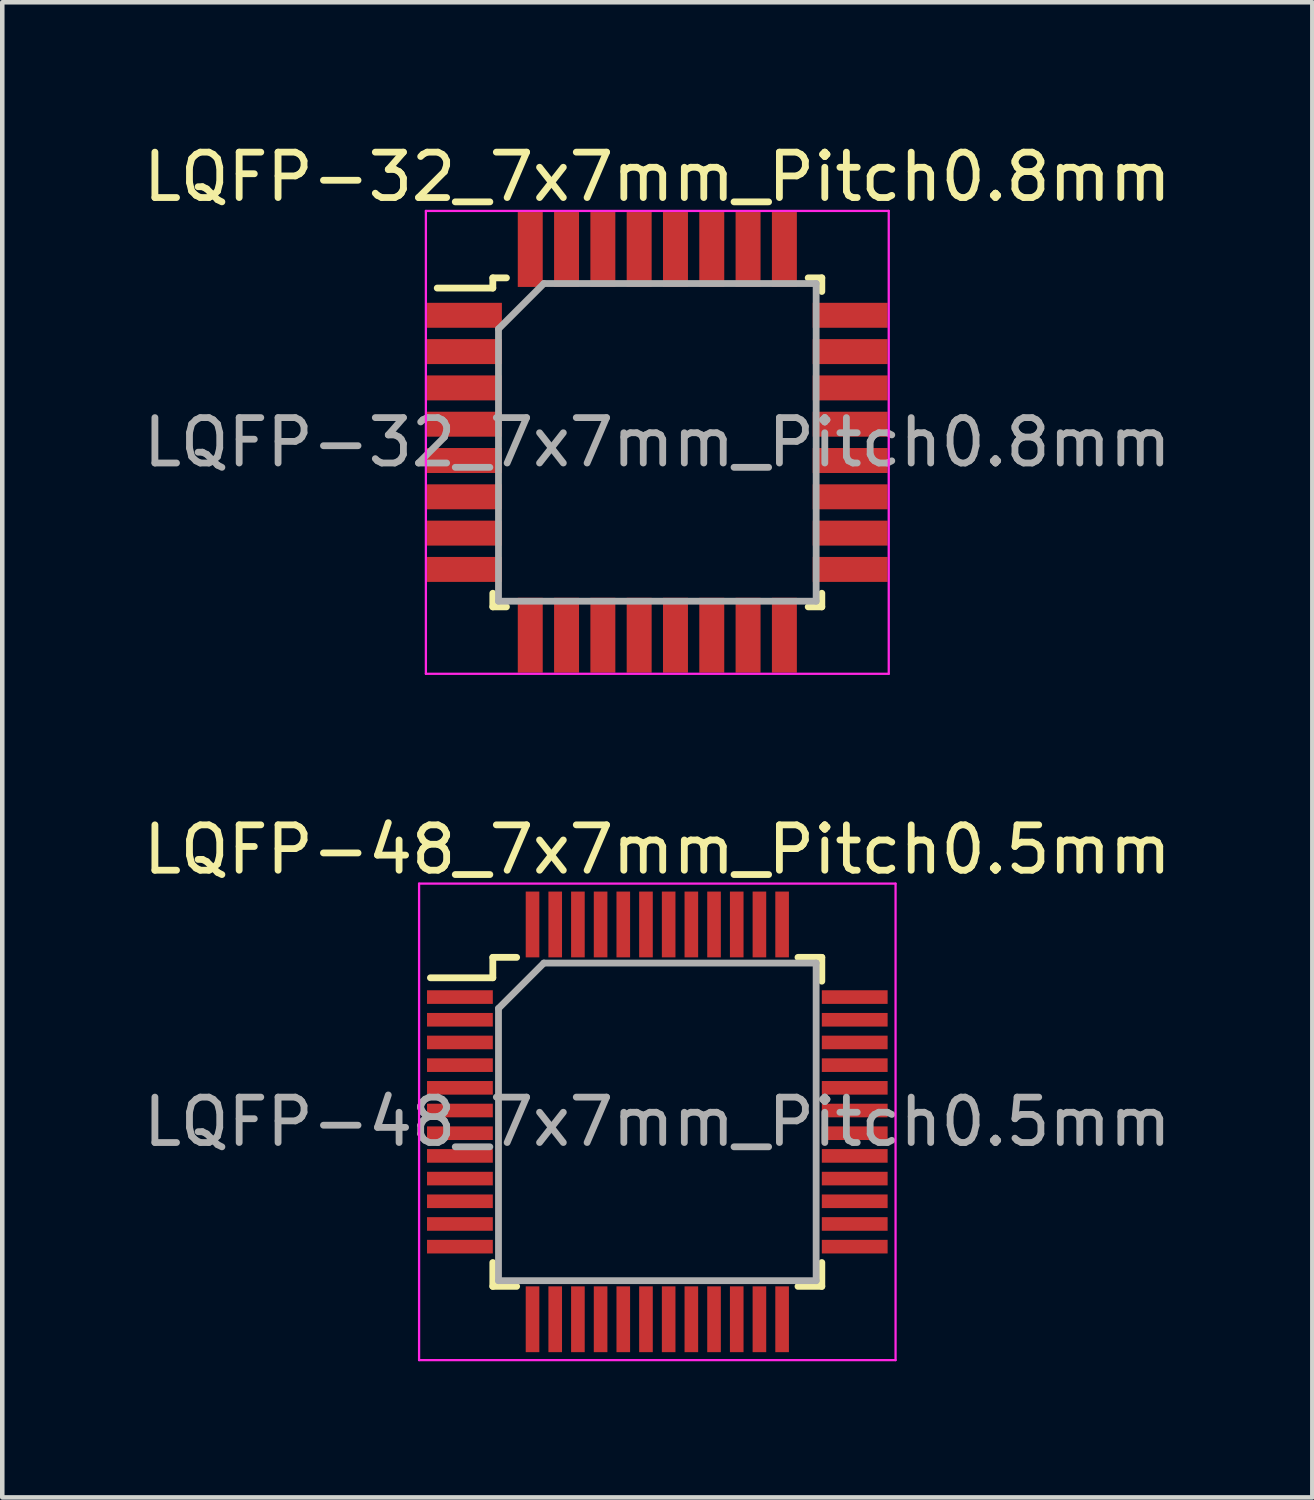
<source format=kicad_pcb>
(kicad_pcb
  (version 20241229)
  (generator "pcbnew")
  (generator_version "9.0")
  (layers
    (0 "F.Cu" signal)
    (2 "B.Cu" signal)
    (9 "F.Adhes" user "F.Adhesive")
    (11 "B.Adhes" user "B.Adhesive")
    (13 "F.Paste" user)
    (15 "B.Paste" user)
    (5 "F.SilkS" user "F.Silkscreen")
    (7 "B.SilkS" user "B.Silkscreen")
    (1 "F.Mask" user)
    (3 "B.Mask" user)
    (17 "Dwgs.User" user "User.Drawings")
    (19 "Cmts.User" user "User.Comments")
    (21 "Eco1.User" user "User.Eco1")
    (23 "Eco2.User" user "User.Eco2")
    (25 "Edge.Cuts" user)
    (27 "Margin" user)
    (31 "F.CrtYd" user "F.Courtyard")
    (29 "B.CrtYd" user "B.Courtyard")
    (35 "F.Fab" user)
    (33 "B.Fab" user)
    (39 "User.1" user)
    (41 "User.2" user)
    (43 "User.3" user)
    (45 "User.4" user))
  (footprint "LQFP-48_7x7mm_Pitch0.5mm"
    (layer "F.Cu")
    (at 11.435 21.672)
    (property "Reference" "LQFP-48_7x7mm_Pitch0.5mm" (at 0 -6 0) (layer "F.SilkS") (effects (font (size 1 1) (thickness 0.15))))
    (attr smd)
    (fp_line (start -3.625 -3.625) (end -3.625 -3.175) (stroke (width 0.15) (type solid)) (layer "F.SilkS"))
    (fp_line (start -3.625 -3.625) (end -3.1 -3.625) (stroke (width 0.15) (type solid)) (layer "F.SilkS"))
    (fp_line (start -3.625 -3.175) (end -5 -3.175) (stroke (width 0.15) (type solid)) (layer "F.SilkS"))
    (fp_line (start -3.625 3.625) (end -3.625 3.1) (stroke (width 0.15) (type solid)) (layer "F.SilkS"))
    (fp_line (start -3.625 3.625) (end -3.1 3.625) (stroke (width 0.15) (type solid)) (layer "F.SilkS"))
    (fp_line (start 3.625 -3.625) (end 3.1 -3.625) (stroke (width 0.15) (type solid)) (layer "F.SilkS"))
    (fp_line (start 3.625 -3.625) (end 3.625 -3.1) (stroke (width 0.15) (type solid)) (layer "F.SilkS"))
    (fp_line (start 3.625 3.625) (end 3.1 3.625) (stroke (width 0.15) (type solid)) (layer "F.SilkS"))
    (fp_line (start 3.625 3.625) (end 3.625 3.1) (stroke (width 0.15) (type solid)) (layer "F.SilkS"))
    (fp_line (start -5.25 -5.25) (end -5.25 5.25) (stroke (width 0.05) (type solid)) (layer "F.CrtYd"))
    (fp_line (start -5.25 -5.25) (end 5.25 -5.25) (stroke (width 0.05) (type solid)) (layer "F.CrtYd"))
    (fp_line (start -5.25 5.25) (end 5.25 5.25) (stroke (width 0.05) (type solid)) (layer "F.CrtYd"))
    (fp_line (start 5.25 -5.25) (end 5.25 5.25) (stroke (width 0.05) (type solid)) (layer "F.CrtYd"))
    (fp_line (start -3.5 -2.5) (end -2.5 -3.5) (stroke (width 0.15) (type solid)) (layer "F.Fab"))
    (fp_line (start -3.5 3.5) (end -3.5 -2.5) (stroke (width 0.15) (type solid)) (layer "F.Fab"))
    (fp_line (start -2.5 -3.5) (end 3.5 -3.5) (stroke (width 0.15) (type solid)) (layer "F.Fab"))
    (fp_line (start 3.5 -3.5) (end 3.5 3.5) (stroke (width 0.15) (type solid)) (layer "F.Fab"))
    (fp_line (start 3.5 3.5) (end -3.5 3.5) (stroke (width 0.15) (type solid)) (layer "F.Fab"))
    (fp_text user "${REFERENCE}" (at 0 0 0) (layer "F.Fab") (effects (font (size 1 1) (thickness 0.15))))
    (pad "1" smd rect (at -4.35 -2.75) (size 1.45 0.3) (layers "F.Cu" "F.Mask" "F.Paste"))
    (pad "2" smd rect (at -4.35 -2.25) (size 1.45 0.3) (layers "F.Cu" "F.Mask" "F.Paste"))
    (pad "3" smd rect (at -4.35 -1.75) (size 1.45 0.3) (layers "F.Cu" "F.Mask" "F.Paste"))
    (pad "4" smd rect (at -4.35 -1.25) (size 1.45 0.3) (layers "F.Cu" "F.Mask" "F.Paste"))
    (pad "5" smd rect (at -4.35 -0.75) (size 1.45 0.3) (layers "F.Cu" "F.Mask" "F.Paste"))
    (pad "6" smd rect (at -4.35 -0.25) (size 1.45 0.3) (layers "F.Cu" "F.Mask" "F.Paste"))
    (pad "7" smd rect (at -4.35 0.25) (size 1.45 0.3) (layers "F.Cu" "F.Mask" "F.Paste"))
    (pad "8" smd rect (at -4.35 0.75) (size 1.45 0.3) (layers "F.Cu" "F.Mask" "F.Paste"))
    (pad "9" smd rect (at -4.35 1.25) (size 1.45 0.3) (layers "F.Cu" "F.Mask" "F.Paste"))
    (pad "10" smd rect (at -4.35 1.75) (size 1.45 0.3) (layers "F.Cu" "F.Mask" "F.Paste"))
    (pad "11" smd rect (at -4.35 2.25) (size 1.45 0.3) (layers "F.Cu" "F.Mask" "F.Paste"))
    (pad "12" smd rect (at -4.35 2.75) (size 1.45 0.3) (layers "F.Cu" "F.Mask" "F.Paste"))
    (pad "13" smd rect (at -2.75 4.35 90) (size 1.45 0.3) (layers "F.Cu" "F.Mask" "F.Paste"))
    (pad "14" smd rect (at -2.25 4.35 90) (size 1.45 0.3) (layers "F.Cu" "F.Mask" "F.Paste"))
    (pad "15" smd rect (at -1.75 4.35 90) (size 1.45 0.3) (layers "F.Cu" "F.Mask" "F.Paste"))
    (pad "16" smd rect (at -1.25 4.35 90) (size 1.45 0.3) (layers "F.Cu" "F.Mask" "F.Paste"))
    (pad "17" smd rect (at -0.75 4.35 90) (size 1.45 0.3) (layers "F.Cu" "F.Mask" "F.Paste"))
    (pad "18" smd rect (at -0.25 4.35 90) (size 1.45 0.3) (layers "F.Cu" "F.Mask" "F.Paste"))
    (pad "19" smd rect (at 0.25 4.35 90) (size 1.45 0.3) (layers "F.Cu" "F.Mask" "F.Paste"))
    (pad "20" smd rect (at 0.75 4.35 90) (size 1.45 0.3) (layers "F.Cu" "F.Mask" "F.Paste"))
    (pad "21" smd rect (at 1.25 4.35 90) (size 1.45 0.3) (layers "F.Cu" "F.Mask" "F.Paste"))
    (pad "22" smd rect (at 1.75 4.35 90) (size 1.45 0.3) (layers "F.Cu" "F.Mask" "F.Paste"))
    (pad "23" smd rect (at 2.25 4.35 90) (size 1.45 0.3) (layers "F.Cu" "F.Mask" "F.Paste"))
    (pad "24" smd rect (at 2.75 4.35 90) (size 1.45 0.3) (layers "F.Cu" "F.Mask" "F.Paste"))
    (pad "25" smd rect (at 4.35 2.75) (size 1.45 0.3) (layers "F.Cu" "F.Mask" "F.Paste"))
    (pad "26" smd rect (at 4.35 2.25) (size 1.45 0.3) (layers "F.Cu" "F.Mask" "F.Paste"))
    (pad "27" smd rect (at 4.35 1.75) (size 1.45 0.3) (layers "F.Cu" "F.Mask" "F.Paste"))
    (pad "28" smd rect (at 4.35 1.25) (size 1.45 0.3) (layers "F.Cu" "F.Mask" "F.Paste"))
    (pad "29" smd rect (at 4.35 0.75) (size 1.45 0.3) (layers "F.Cu" "F.Mask" "F.Paste"))
    (pad "30" smd rect (at 4.35 0.25) (size 1.45 0.3) (layers "F.Cu" "F.Mask" "F.Paste"))
    (pad "31" smd rect (at 4.35 -0.25) (size 1.45 0.3) (layers "F.Cu" "F.Mask" "F.Paste"))
    (pad "32" smd rect (at 4.35 -0.75) (size 1.45 0.3) (layers "F.Cu" "F.Mask" "F.Paste"))
    (pad "33" smd rect (at 4.35 -1.25) (size 1.45 0.3) (layers "F.Cu" "F.Mask" "F.Paste"))
    (pad "34" smd rect (at 4.35 -1.75) (size 1.45 0.3) (layers "F.Cu" "F.Mask" "F.Paste"))
    (pad "35" smd rect (at 4.35 -2.25) (size 1.45 0.3) (layers "F.Cu" "F.Mask" "F.Paste"))
    (pad "36" smd rect (at 4.35 -2.75) (size 1.45 0.3) (layers "F.Cu" "F.Mask" "F.Paste"))
    (pad "37" smd rect (at 2.75 -4.35 90) (size 1.45 0.3) (layers "F.Cu" "F.Mask" "F.Paste"))
    (pad "38" smd rect (at 2.25 -4.35 90) (size 1.45 0.3) (layers "F.Cu" "F.Mask" "F.Paste"))
    (pad "39" smd rect (at 1.75 -4.35 90) (size 1.45 0.3) (layers "F.Cu" "F.Mask" "F.Paste"))
    (pad "40" smd rect (at 1.25 -4.35 90) (size 1.45 0.3) (layers "F.Cu" "F.Mask" "F.Paste"))
    (pad "41" smd rect (at 0.75 -4.35 90) (size 1.45 0.3) (layers "F.Cu" "F.Mask" "F.Paste"))
    (pad "42" smd rect (at 0.25 -4.35 90) (size 1.45 0.3) (layers "F.Cu" "F.Mask" "F.Paste"))
    (pad "43" smd rect (at -0.25 -4.35 90) (size 1.45 0.3) (layers "F.Cu" "F.Mask" "F.Paste"))
    (pad "44" smd rect (at -0.75 -4.35 90) (size 1.45 0.3) (layers "F.Cu" "F.Mask" "F.Paste"))
    (pad "45" smd rect (at -1.25 -4.35 90) (size 1.45 0.3) (layers "F.Cu" "F.Mask" "F.Paste"))
    (pad "46" smd rect (at -1.75 -4.35 90) (size 1.45 0.3) (layers "F.Cu" "F.Mask" "F.Paste"))
    (pad "47" smd rect (at -2.25 -4.35 90) (size 1.45 0.3) (layers "F.Cu" "F.Mask" "F.Paste"))
    (pad "48" smd rect (at -2.75 -4.35 90) (size 1.45 0.3) (layers "F.Cu" "F.Mask" "F.Paste")))
  (footprint "LQFP-32_7x7mm_Pitch0.8mm"
    (layer "F.Cu")
    (at 11.435 6.698)
    (property "Reference" "LQFP-32_7x7mm_Pitch0.8mm" (at 0 -5.85 0) (layer "F.SilkS") (effects (font (size 1 1) (thickness 0.15))))
    (attr smd)
    (fp_line (start -3.625 -3.625) (end -3.625 -3.4) (stroke (width 0.15) (type solid)) (layer "F.SilkS"))
    (fp_line (start -3.625 -3.625) (end -3.325 -3.625) (stroke (width 0.15) (type solid)) (layer "F.SilkS"))
    (fp_line (start -3.625 -3.4) (end -4.85 -3.4) (stroke (width 0.15) (type solid)) (layer "F.SilkS"))
    (fp_line (start -3.625 3.625) (end -3.625 3.325) (stroke (width 0.15) (type solid)) (layer "F.SilkS"))
    (fp_line (start -3.625 3.625) (end -3.325 3.625) (stroke (width 0.15) (type solid)) (layer "F.SilkS"))
    (fp_line (start 3.625 -3.625) (end 3.325 -3.625) (stroke (width 0.15) (type solid)) (layer "F.SilkS"))
    (fp_line (start 3.625 -3.625) (end 3.625 -3.325) (stroke (width 0.15) (type solid)) (layer "F.SilkS"))
    (fp_line (start 3.625 3.625) (end 3.325 3.625) (stroke (width 0.15) (type solid)) (layer "F.SilkS"))
    (fp_line (start 3.625 3.625) (end 3.625 3.325) (stroke (width 0.15) (type solid)) (layer "F.SilkS"))
    (fp_line (start -5.1 -5.1) (end -5.1 5.1) (stroke (width 0.05) (type solid)) (layer "F.CrtYd"))
    (fp_line (start -5.1 -5.1) (end 5.1 -5.1) (stroke (width 0.05) (type solid)) (layer "F.CrtYd"))
    (fp_line (start -5.1 5.1) (end 5.1 5.1) (stroke (width 0.05) (type solid)) (layer "F.CrtYd"))
    (fp_line (start 5.1 -5.1) (end 5.1 5.1) (stroke (width 0.05) (type solid)) (layer "F.CrtYd"))
    (fp_line (start -3.5 -2.5) (end -2.5 -3.5) (stroke (width 0.15) (type solid)) (layer "F.Fab"))
    (fp_line (start -3.5 3.5) (end -3.5 -2.5) (stroke (width 0.15) (type solid)) (layer "F.Fab"))
    (fp_line (start -2.5 -3.5) (end 3.5 -3.5) (stroke (width 0.15) (type solid)) (layer "F.Fab"))
    (fp_line (start 3.5 -3.5) (end 3.5 3.5) (stroke (width 0.15) (type solid)) (layer "F.Fab"))
    (fp_line (start 3.5 3.5) (end -3.5 3.5) (stroke (width 0.15) (type solid)) (layer "F.Fab"))
    (fp_text user "${REFERENCE}" (at 0 0 0) (layer "F.Fab") (effects (font (size 1 1) (thickness 0.15))))
    (pad "1" smd rect (at -4.25 -2.8) (size 1.65 0.55) (layers "F.Cu" "F.Mask" "F.Paste"))
    (pad "2" smd rect (at -4.25 -2) (size 1.65 0.55) (layers "F.Cu" "F.Mask" "F.Paste"))
    (pad "3" smd rect (at -4.25 -1.2) (size 1.65 0.55) (layers "F.Cu" "F.Mask" "F.Paste"))
    (pad "4" smd rect (at -4.25 -0.4) (size 1.65 0.55) (layers "F.Cu" "F.Mask" "F.Paste"))
    (pad "5" smd rect (at -4.25 0.4) (size 1.65 0.55) (layers "F.Cu" "F.Mask" "F.Paste"))
    (pad "6" smd rect (at -4.25 1.2) (size 1.65 0.55) (layers "F.Cu" "F.Mask" "F.Paste"))
    (pad "7" smd rect (at -4.25 2) (size 1.65 0.55) (layers "F.Cu" "F.Mask" "F.Paste"))
    (pad "8" smd rect (at -4.25 2.8) (size 1.65 0.55) (layers "F.Cu" "F.Mask" "F.Paste"))
    (pad "9" smd rect (at -2.8 4.25 90) (size 1.65 0.55) (layers "F.Cu" "F.Mask" "F.Paste"))
    (pad "10" smd rect (at -2 4.25 90) (size 1.65 0.55) (layers "F.Cu" "F.Mask" "F.Paste"))
    (pad "11" smd rect (at -1.2 4.25 90) (size 1.65 0.55) (layers "F.Cu" "F.Mask" "F.Paste"))
    (pad "12" smd rect (at -0.4 4.25 90) (size 1.65 0.55) (layers "F.Cu" "F.Mask" "F.Paste"))
    (pad "13" smd rect (at 0.4 4.25 90) (size 1.65 0.55) (layers "F.Cu" "F.Mask" "F.Paste"))
    (pad "14" smd rect (at 1.2 4.25 90) (size 1.65 0.55) (layers "F.Cu" "F.Mask" "F.Paste"))
    (pad "15" smd rect (at 2 4.25 90) (size 1.65 0.55) (layers "F.Cu" "F.Mask" "F.Paste"))
    (pad "16" smd rect (at 2.8 4.25 90) (size 1.65 0.55) (layers "F.Cu" "F.Mask" "F.Paste"))
    (pad "17" smd rect (at 4.25 2.8) (size 1.65 0.55) (layers "F.Cu" "F.Mask" "F.Paste"))
    (pad "18" smd rect (at 4.25 2) (size 1.65 0.55) (layers "F.Cu" "F.Mask" "F.Paste"))
    (pad "19" smd rect (at 4.25 1.2) (size 1.65 0.55) (layers "F.Cu" "F.Mask" "F.Paste"))
    (pad "20" smd rect (at 4.25 0.4) (size 1.65 0.55) (layers "F.Cu" "F.Mask" "F.Paste"))
    (pad "21" smd rect (at 4.25 -0.4) (size 1.65 0.55) (layers "F.Cu" "F.Mask" "F.Paste"))
    (pad "22" smd rect (at 4.25 -1.2) (size 1.65 0.55) (layers "F.Cu" "F.Mask" "F.Paste"))
    (pad "23" smd rect (at 4.25 -2) (size 1.65 0.55) (layers "F.Cu" "F.Mask" "F.Paste"))
    (pad "24" smd rect (at 4.25 -2.8) (size 1.65 0.55) (layers "F.Cu" "F.Mask" "F.Paste"))
    (pad "25" smd rect (at 2.8 -4.25 90) (size 1.65 0.55) (layers "F.Cu" "F.Mask" "F.Paste"))
    (pad "26" smd rect (at 2 -4.25 90) (size 1.65 0.55) (layers "F.Cu" "F.Mask" "F.Paste"))
    (pad "27" smd rect (at 1.2 -4.25 90) (size 1.65 0.55) (layers "F.Cu" "F.Mask" "F.Paste"))
    (pad "28" smd rect (at 0.4 -4.25 90) (size 1.65 0.55) (layers "F.Cu" "F.Mask" "F.Paste"))
    (pad "29" smd rect (at -0.4 -4.25 90) (size 1.65 0.55) (layers "F.Cu" "F.Mask" "F.Paste"))
    (pad "30" smd rect (at -1.2 -4.25 90) (size 1.65 0.55) (layers "F.Cu" "F.Mask" "F.Paste"))
    (pad "31" smd rect (at -2 -4.25 90) (size 1.65 0.55) (layers "F.Cu" "F.Mask" "F.Paste"))
    (pad "32" smd rect (at -2.8 -4.25 90) (size 1.65 0.55) (layers "F.Cu" "F.Mask" "F.Paste")))
  (gr_rect
    (start -3 -3)
    (end 25.869 29.947)
    (stroke (width 0.1) (type default))
    (fill no)
    (layer "Edge.Cuts")))
</source>
